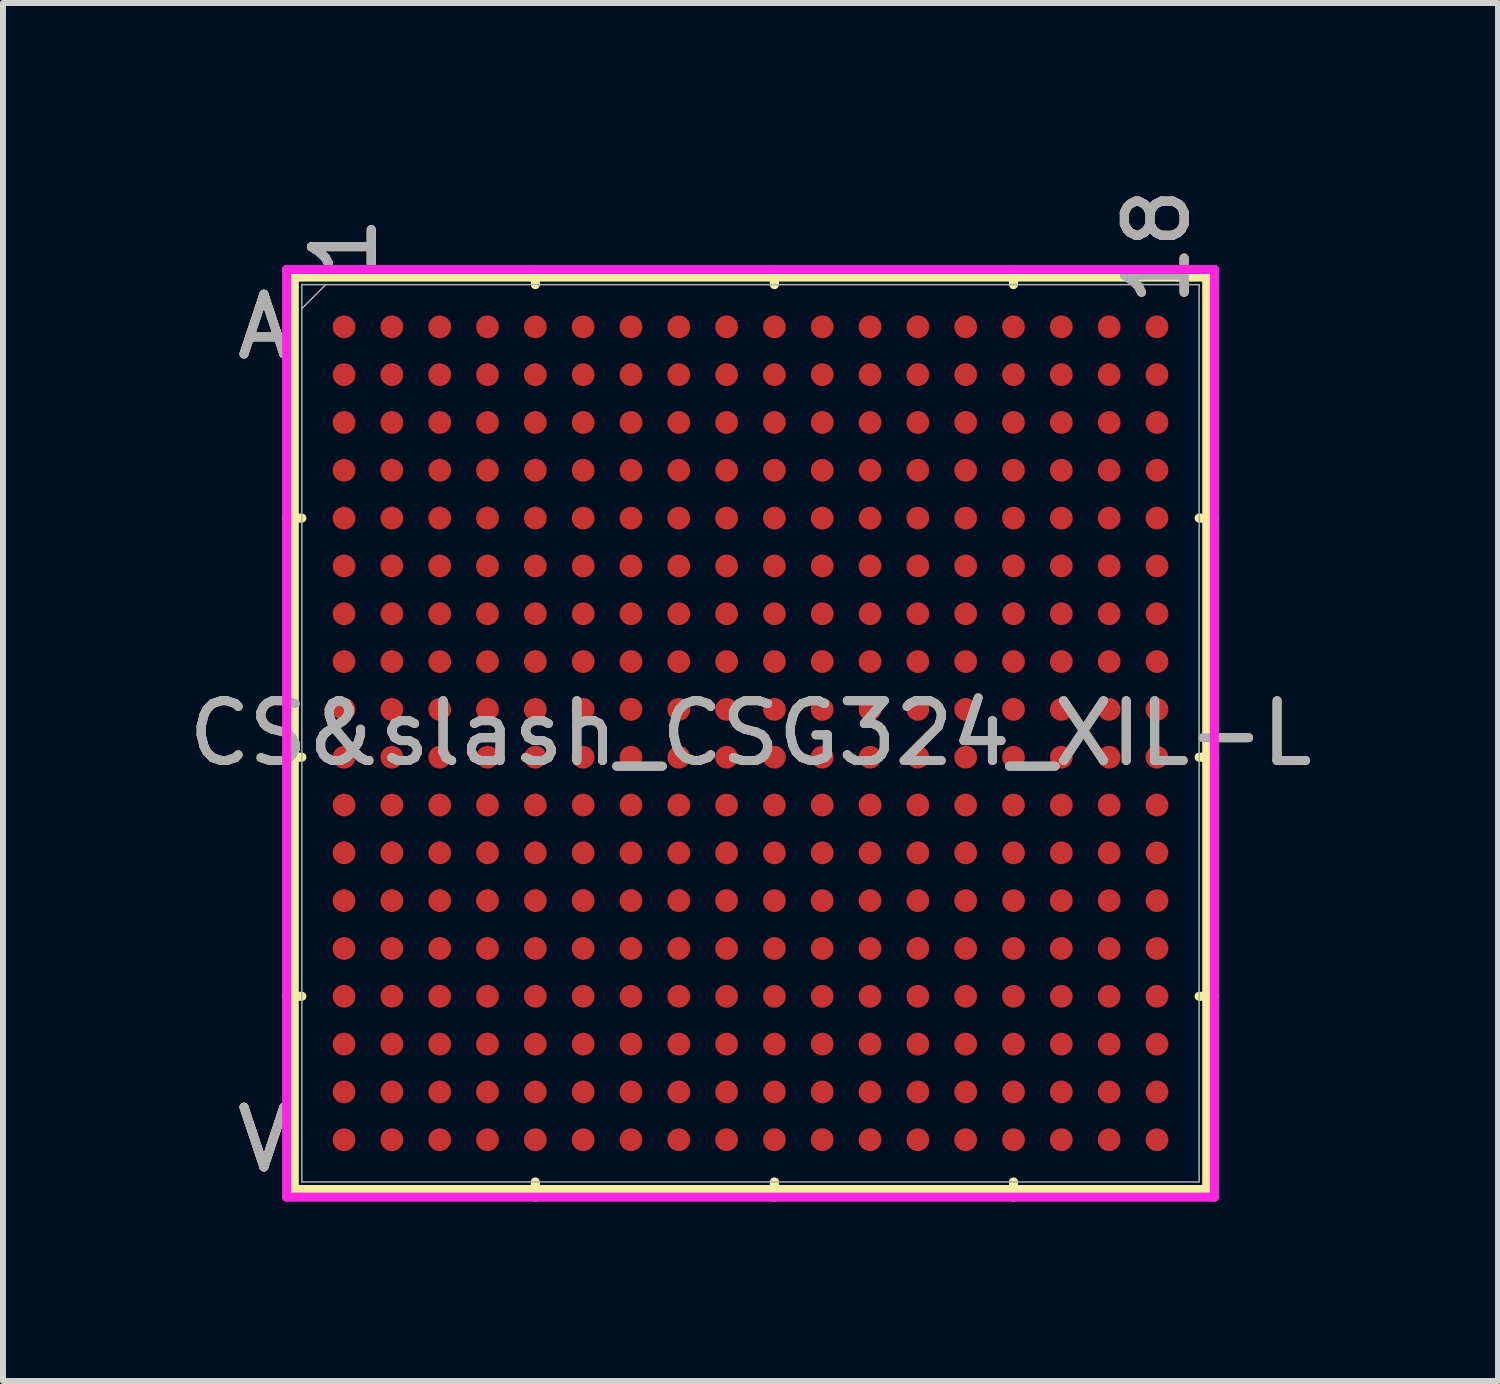
<source format=kicad_pcb>
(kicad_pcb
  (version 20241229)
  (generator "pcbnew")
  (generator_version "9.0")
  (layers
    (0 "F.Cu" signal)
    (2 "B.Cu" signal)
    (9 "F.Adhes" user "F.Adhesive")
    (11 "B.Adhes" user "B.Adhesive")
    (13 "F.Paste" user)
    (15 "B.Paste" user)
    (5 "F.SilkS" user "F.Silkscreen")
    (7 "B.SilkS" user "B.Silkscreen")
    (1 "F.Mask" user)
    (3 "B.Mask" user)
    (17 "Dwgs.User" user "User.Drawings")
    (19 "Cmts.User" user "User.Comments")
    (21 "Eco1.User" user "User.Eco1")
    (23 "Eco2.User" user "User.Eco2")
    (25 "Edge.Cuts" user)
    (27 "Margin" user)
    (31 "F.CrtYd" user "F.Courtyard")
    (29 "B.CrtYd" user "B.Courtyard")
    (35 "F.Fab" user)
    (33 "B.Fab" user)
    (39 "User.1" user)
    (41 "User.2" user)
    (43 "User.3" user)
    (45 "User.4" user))
  (footprint "CS&slash_CSG324_XIL-L"
    (layer "F.Cu")
    (at 9.506 9.218)
    (property "Reference" "CS&slash_CSG324_XIL-L" (at 0 0 0) (unlocked yes) (layer "F.SilkS") (effects (font (size 1 1) (thickness 0.15))))
    (attr smd)
    (fp_line (start -7.633 -7.633) (end -7.633 7.633) (stroke (width 0.152) (type solid)) (layer "F.SilkS"))
    (fp_line (start -7.633 7.633) (end 7.633 7.633) (stroke (width 0.152) (type solid)) (layer "F.SilkS"))
    (fp_line (start -7.506 -3.6) (end -7.76 -3.6) (stroke (width 0.152) (type solid)) (layer "F.SilkS"))
    (fp_line (start -7.506 0.4) (end -7.76 0.4) (stroke (width 0.152) (type solid)) (layer "F.SilkS"))
    (fp_line (start -7.506 4.4) (end -7.76 4.4) (stroke (width 0.152) (type solid)) (layer "F.SilkS"))
    (fp_line (start -3.6 -7.506) (end -3.6 -7.76) (stroke (width 0.152) (type solid)) (layer "F.SilkS"))
    (fp_line (start -3.6 7.506) (end -3.6 7.76) (stroke (width 0.152) (type solid)) (layer "F.SilkS"))
    (fp_line (start 0.4 -7.506) (end 0.4 -7.76) (stroke (width 0.152) (type solid)) (layer "F.SilkS"))
    (fp_line (start 0.4 7.506) (end 0.4 7.76) (stroke (width 0.152) (type solid)) (layer "F.SilkS"))
    (fp_line (start 4.4 -7.506) (end 4.4 -7.76) (stroke (width 0.152) (type solid)) (layer "F.SilkS"))
    (fp_line (start 4.4 7.506) (end 4.4 7.76) (stroke (width 0.152) (type solid)) (layer "F.SilkS"))
    (fp_line (start 7.506 -3.6) (end 7.76 -3.6) (stroke (width 0.152) (type solid)) (layer "F.SilkS"))
    (fp_line (start 7.506 0.4) (end 7.76 0.4) (stroke (width 0.152) (type solid)) (layer "F.SilkS"))
    (fp_line (start 7.506 4.4) (end 7.76 4.4) (stroke (width 0.152) (type solid)) (layer "F.SilkS"))
    (fp_line (start 7.633 -7.633) (end -7.633 -7.633) (stroke (width 0.152) (type solid)) (layer "F.SilkS"))
    (fp_line (start 7.633 7.633) (end 7.633 -7.633) (stroke (width 0.152) (type solid)) (layer "F.SilkS"))
    (fp_poly (pts (xy -7.644 -7.644) (xy 7.644 -7.644) (xy 7.644 7.644) (xy -7.644 7.644)) (stroke (width 0.1) (type solid)) (fill no) (layer "Eco2.User"))
    (fp_line (start -7.76 -7.76) (end 7.76 -7.76) (stroke (width 0.152) (type solid)) (layer "F.CrtYd"))
    (fp_line (start -7.76 7.76) (end -7.76 -7.76) (stroke (width 0.152) (type solid)) (layer "F.CrtYd"))
    (fp_line (start 7.76 -7.76) (end 7.76 7.76) (stroke (width 0.152) (type solid)) (layer "F.CrtYd"))
    (fp_line (start 7.76 7.76) (end -7.76 7.76) (stroke (width 0.152) (type solid)) (layer "F.CrtYd"))
    (fp_line (start -7.506 -7.506) (end -7.506 7.506) (stroke (width 0.025) (type solid)) (layer "F.Fab"))
    (fp_line (start -7.506 7.506) (end 7.506 7.506) (stroke (width 0.025) (type solid)) (layer "F.Fab"))
    (fp_line (start -7.106 -7.506) (end -7.506 -7.106) (stroke (width 0.025) (type solid)) (layer "F.Fab"))
    (fp_line (start 7.506 -7.506) (end -7.506 -7.506) (stroke (width 0.025) (type solid)) (layer "F.Fab"))
    (fp_line (start 7.506 7.506) (end 7.506 -7.506) (stroke (width 0.025) (type solid)) (layer "F.Fab"))
    (fp_text user "1" (at -6.8 -8.141 90) (unlocked yes) (layer "F.SilkS") (effects (font (size 1 1) (thickness 0.15))))
    (fp_text user "A" (at -8.141 -6.8 0) (unlocked yes) (layer "F.SilkS") (effects (font (size 1 1) (thickness 0.15))))
    (fp_text user "V" (at -8.141 6.8 0) (unlocked yes) (layer "F.SilkS") (effects (font (size 1 1) (thickness 0.15))))
    (fp_text user "18" (at 6.8 -8.141 90) (unlocked yes) (layer "F.SilkS") (effects (font (size 1 1) (thickness 0.15))))
    (fp_text user "18" (at 6.8 -8.141 90) (unlocked yes) (layer "B.SilkS") (effects (font (size 1 1) (thickness 0.15))))
    (fp_text user "1" (at -6.8 -8.141 90) (unlocked yes) (layer "B.SilkS") (effects (font (size 1 1) (thickness 0.15))))
    (fp_text user "A" (at -8.141 -6.8 0) (unlocked yes) (layer "B.SilkS") (effects (font (size 1 1) (thickness 0.15))))
    (fp_text user "V" (at -8.141 6.8 0) (unlocked yes) (layer "B.SilkS") (effects (font (size 1 1) (thickness 0.15))))
    (fp_text user "V" (at -8.141 6.8 0) (unlocked yes) (layer "F.Fab") (effects (font (size 1 1) (thickness 0.15))))
    (fp_text user "${REFERENCE}" (at 0 0 0) (unlocked yes) (layer "F.Fab") (effects (font (size 1 1) (thickness 0.15))))
    (fp_text user "1" (at -6.8 -8.141 90) (unlocked yes) (layer "F.Fab") (effects (font (size 1 1) (thickness 0.15))))
    (fp_text user "18" (at 6.8 -8.141 90) (unlocked yes) (layer "F.Fab") (effects (font (size 1 1) (thickness 0.15))))
    (fp_text user "A" (at -8.141 -6.8 0) (unlocked yes) (layer "F.Fab") (effects (font (size 1 1) (thickness 0.15))))
    (pad "A1" smd circle (at -6.8 -6.8) (size 0.381 0.381) (layers "F.Cu" "F.Mask" "F.Paste"))
    (pad "A2" smd circle (at -6 -6.8) (size 0.381 0.381) (layers "F.Cu" "F.Mask" "F.Paste"))
    (pad "A3" smd circle (at -5.2 -6.8) (size 0.381 0.381) (layers "F.Cu" "F.Mask" "F.Paste"))
    (pad "A4" smd circle (at -4.4 -6.8) (size 0.381 0.381) (layers "F.Cu" "F.Mask" "F.Paste"))
    (pad "A5" smd circle (at -3.6 -6.8) (size 0.381 0.381) (layers "F.Cu" "F.Mask" "F.Paste"))
    (pad "A6" smd circle (at -2.8 -6.8) (size 0.381 0.381) (layers "F.Cu" "F.Mask" "F.Paste"))
    (pad "A7" smd circle (at -2 -6.8) (size 0.381 0.381) (layers "F.Cu" "F.Mask" "F.Paste"))
    (pad "A8" smd circle (at -1.2 -6.8) (size 0.381 0.381) (layers "F.Cu" "F.Mask" "F.Paste"))
    (pad "A9" smd circle (at -0.4 -6.8) (size 0.381 0.381) (layers "F.Cu" "F.Mask" "F.Paste"))
    (pad "A10" smd circle (at 0.4 -6.8) (size 0.381 0.381) (layers "F.Cu" "F.Mask" "F.Paste"))
    (pad "A11" smd circle (at 1.2 -6.8) (size 0.381 0.381) (layers "F.Cu" "F.Mask" "F.Paste"))
    (pad "A12" smd circle (at 2 -6.8) (size 0.381 0.381) (layers "F.Cu" "F.Mask" "F.Paste"))
    (pad "A13" smd circle (at 2.8 -6.8) (size 0.381 0.381) (layers "F.Cu" "F.Mask" "F.Paste"))
    (pad "A14" smd circle (at 3.6 -6.8) (size 0.381 0.381) (layers "F.Cu" "F.Mask" "F.Paste"))
    (pad "A15" smd circle (at 4.4 -6.8) (size 0.381 0.381) (layers "F.Cu" "F.Mask" "F.Paste"))
    (pad "A16" smd circle (at 5.2 -6.8) (size 0.381 0.381) (layers "F.Cu" "F.Mask" "F.Paste"))
    (pad "A17" smd circle (at 6 -6.8) (size 0.381 0.381) (layers "F.Cu" "F.Mask" "F.Paste"))
    (pad "A18" smd circle (at 6.8 -6.8) (size 0.381 0.381) (layers "F.Cu" "F.Mask" "F.Paste"))
    (pad "B1" smd circle (at -6.8 -6) (size 0.381 0.381) (layers "F.Cu" "F.Mask" "F.Paste"))
    (pad "B2" smd circle (at -6 -6) (size 0.381 0.381) (layers "F.Cu" "F.Mask" "F.Paste"))
    (pad "B3" smd circle (at -5.2 -6) (size 0.381 0.381) (layers "F.Cu" "F.Mask" "F.Paste"))
    (pad "B4" smd circle (at -4.4 -6) (size 0.381 0.381) (layers "F.Cu" "F.Mask" "F.Paste"))
    (pad "B5" smd circle (at -3.6 -6) (size 0.381 0.381) (layers "F.Cu" "F.Mask" "F.Paste"))
    (pad "B6" smd circle (at -2.8 -6) (size 0.381 0.381) (layers "F.Cu" "F.Mask" "F.Paste"))
    (pad "B7" smd circle (at -2 -6) (size 0.381 0.381) (layers "F.Cu" "F.Mask" "F.Paste"))
    (pad "B8" smd circle (at -1.2 -6) (size 0.381 0.381) (layers "F.Cu" "F.Mask" "F.Paste"))
    (pad "B9" smd circle (at -0.4 -6) (size 0.381 0.381) (layers "F.Cu" "F.Mask" "F.Paste"))
    (pad "B10" smd circle (at 0.4 -6) (size 0.381 0.381) (layers "F.Cu" "F.Mask" "F.Paste"))
    (pad "B11" smd circle (at 1.2 -6) (size 0.381 0.381) (layers "F.Cu" "F.Mask" "F.Paste"))
    (pad "B12" smd circle (at 2 -6) (size 0.381 0.381) (layers "F.Cu" "F.Mask" "F.Paste"))
    (pad "B13" smd circle (at 2.8 -6) (size 0.381 0.381) (layers "F.Cu" "F.Mask" "F.Paste"))
    (pad "B14" smd circle (at 3.6 -6) (size 0.381 0.381) (layers "F.Cu" "F.Mask" "F.Paste"))
    (pad "B15" smd circle (at 4.4 -6) (size 0.381 0.381) (layers "F.Cu" "F.Mask" "F.Paste"))
    (pad "B16" smd circle (at 5.2 -6) (size 0.381 0.381) (layers "F.Cu" "F.Mask" "F.Paste"))
    (pad "B17" smd circle (at 6 -6) (size 0.381 0.381) (layers "F.Cu" "F.Mask" "F.Paste"))
    (pad "B18" smd circle (at 6.8 -6) (size 0.381 0.381) (layers "F.Cu" "F.Mask" "F.Paste"))
    (pad "C1" smd circle (at -6.8 -5.2) (size 0.381 0.381) (layers "F.Cu" "F.Mask" "F.Paste"))
    (pad "C2" smd circle (at -6 -5.2) (size 0.381 0.381) (layers "F.Cu" "F.Mask" "F.Paste"))
    (pad "C3" smd circle (at -5.2 -5.2) (size 0.381 0.381) (layers "F.Cu" "F.Mask" "F.Paste"))
    (pad "C4" smd circle (at -4.4 -5.2) (size 0.381 0.381) (layers "F.Cu" "F.Mask" "F.Paste"))
    (pad "C5" smd circle (at -3.6 -5.2) (size 0.381 0.381) (layers "F.Cu" "F.Mask" "F.Paste"))
    (pad "C6" smd circle (at -2.8 -5.2) (size 0.381 0.381) (layers "F.Cu" "F.Mask" "F.Paste"))
    (pad "C7" smd circle (at -2 -5.2) (size 0.381 0.381) (layers "F.Cu" "F.Mask" "F.Paste"))
    (pad "C8" smd circle (at -1.2 -5.2) (size 0.381 0.381) (layers "F.Cu" "F.Mask" "F.Paste"))
    (pad "C9" smd circle (at -0.4 -5.2) (size 0.381 0.381) (layers "F.Cu" "F.Mask" "F.Paste"))
    (pad "C10" smd circle (at 0.4 -5.2) (size 0.381 0.381) (layers "F.Cu" "F.Mask" "F.Paste"))
    (pad "C11" smd circle (at 1.2 -5.2) (size 0.381 0.381) (layers "F.Cu" "F.Mask" "F.Paste"))
    (pad "C12" smd circle (at 2 -5.2) (size 0.381 0.381) (layers "F.Cu" "F.Mask" "F.Paste"))
    (pad "C13" smd circle (at 2.8 -5.2) (size 0.381 0.381) (layers "F.Cu" "F.Mask" "F.Paste"))
    (pad "C14" smd circle (at 3.6 -5.2) (size 0.381 0.381) (layers "F.Cu" "F.Mask" "F.Paste"))
    (pad "C15" smd circle (at 4.4 -5.2) (size 0.381 0.381) (layers "F.Cu" "F.Mask" "F.Paste"))
    (pad "C16" smd circle (at 5.2 -5.2) (size 0.381 0.381) (layers "F.Cu" "F.Mask" "F.Paste"))
    (pad "C17" smd circle (at 6 -5.2) (size 0.381 0.381) (layers "F.Cu" "F.Mask" "F.Paste"))
    (pad "C18" smd circle (at 6.8 -5.2) (size 0.381 0.381) (layers "F.Cu" "F.Mask" "F.Paste"))
    (pad "D1" smd circle (at -6.8 -4.4) (size 0.381 0.381) (layers "F.Cu" "F.Mask" "F.Paste"))
    (pad "D2" smd circle (at -6 -4.4) (size 0.381 0.381) (layers "F.Cu" "F.Mask" "F.Paste"))
    (pad "D3" smd circle (at -5.2 -4.4) (size 0.381 0.381) (layers "F.Cu" "F.Mask" "F.Paste"))
    (pad "D4" smd circle (at -4.4 -4.4) (size 0.381 0.381) (layers "F.Cu" "F.Mask" "F.Paste"))
    (pad "D5" smd circle (at -3.6 -4.4) (size 0.381 0.381) (layers "F.Cu" "F.Mask" "F.Paste"))
    (pad "D6" smd circle (at -2.8 -4.4) (size 0.381 0.381) (layers "F.Cu" "F.Mask" "F.Paste"))
    (pad "D7" smd circle (at -2 -4.4) (size 0.381 0.381) (layers "F.Cu" "F.Mask" "F.Paste"))
    (pad "D8" smd circle (at -1.2 -4.4) (size 0.381 0.381) (layers "F.Cu" "F.Mask" "F.Paste"))
    (pad "D9" smd circle (at -0.4 -4.4) (size 0.381 0.381) (layers "F.Cu" "F.Mask" "F.Paste"))
    (pad "D10" smd circle (at 0.4 -4.4) (size 0.381 0.381) (layers "F.Cu" "F.Mask" "F.Paste"))
    (pad "D11" smd circle (at 1.2 -4.4) (size 0.381 0.381) (layers "F.Cu" "F.Mask" "F.Paste"))
    (pad "D12" smd circle (at 2 -4.4) (size 0.381 0.381) (layers "F.Cu" "F.Mask" "F.Paste"))
    (pad "D13" smd circle (at 2.8 -4.4) (size 0.381 0.381) (layers "F.Cu" "F.Mask" "F.Paste"))
    (pad "D14" smd circle (at 3.6 -4.4) (size 0.381 0.381) (layers "F.Cu" "F.Mask" "F.Paste"))
    (pad "D15" smd circle (at 4.4 -4.4) (size 0.381 0.381) (layers "F.Cu" "F.Mask" "F.Paste"))
    (pad "D16" smd circle (at 5.2 -4.4) (size 0.381 0.381) (layers "F.Cu" "F.Mask" "F.Paste"))
    (pad "D17" smd circle (at 6 -4.4) (size 0.381 0.381) (layers "F.Cu" "F.Mask" "F.Paste"))
    (pad "D18" smd circle (at 6.8 -4.4) (size 0.381 0.381) (layers "F.Cu" "F.Mask" "F.Paste"))
    (pad "E1" smd circle (at -6.8 -3.6) (size 0.381 0.381) (layers "F.Cu" "F.Mask" "F.Paste"))
    (pad "E2" smd circle (at -6 -3.6) (size 0.381 0.381) (layers "F.Cu" "F.Mask" "F.Paste"))
    (pad "E3" smd circle (at -5.2 -3.6) (size 0.381 0.381) (layers "F.Cu" "F.Mask" "F.Paste"))
    (pad "E4" smd circle (at -4.4 -3.6) (size 0.381 0.381) (layers "F.Cu" "F.Mask" "F.Paste"))
    (pad "E5" smd circle (at -3.6 -3.6) (size 0.381 0.381) (layers "F.Cu" "F.Mask" "F.Paste"))
    (pad "E6" smd circle (at -2.8 -3.6) (size 0.381 0.381) (layers "F.Cu" "F.Mask" "F.Paste"))
    (pad "E7" smd circle (at -2 -3.6) (size 0.381 0.381) (layers "F.Cu" "F.Mask" "F.Paste"))
    (pad "E8" smd circle (at -1.2 -3.6) (size 0.381 0.381) (layers "F.Cu" "F.Mask" "F.Paste"))
    (pad "E9" smd circle (at -0.4 -3.6) (size 0.381 0.381) (layers "F.Cu" "F.Mask" "F.Paste"))
    (pad "E10" smd circle (at 0.4 -3.6) (size 0.381 0.381) (layers "F.Cu" "F.Mask" "F.Paste"))
    (pad "E11" smd circle (at 1.2 -3.6) (size 0.381 0.381) (layers "F.Cu" "F.Mask" "F.Paste"))
    (pad "E12" smd circle (at 2 -3.6) (size 0.381 0.381) (layers "F.Cu" "F.Mask" "F.Paste"))
    (pad "E13" smd circle (at 2.8 -3.6) (size 0.381 0.381) (layers "F.Cu" "F.Mask" "F.Paste"))
    (pad "E14" smd circle (at 3.6 -3.6) (size 0.381 0.381) (layers "F.Cu" "F.Mask" "F.Paste"))
    (pad "E15" smd circle (at 4.4 -3.6) (size 0.381 0.381) (layers "F.Cu" "F.Mask" "F.Paste"))
    (pad "E16" smd circle (at 5.2 -3.6) (size 0.381 0.381) (layers "F.Cu" "F.Mask" "F.Paste"))
    (pad "E17" smd circle (at 6 -3.6) (size 0.381 0.381) (layers "F.Cu" "F.Mask" "F.Paste"))
    (pad "E18" smd circle (at 6.8 -3.6) (size 0.381 0.381) (layers "F.Cu" "F.Mask" "F.Paste"))
    (pad "F1" smd circle (at -6.8 -2.8) (size 0.381 0.381) (layers "F.Cu" "F.Mask" "F.Paste"))
    (pad "F2" smd circle (at -6 -2.8) (size 0.381 0.381) (layers "F.Cu" "F.Mask" "F.Paste"))
    (pad "F3" smd circle (at -5.2 -2.8) (size 0.381 0.381) (layers "F.Cu" "F.Mask" "F.Paste"))
    (pad "F4" smd circle (at -4.4 -2.8) (size 0.381 0.381) (layers "F.Cu" "F.Mask" "F.Paste"))
    (pad "F5" smd circle (at -3.6 -2.8) (size 0.381 0.381) (layers "F.Cu" "F.Mask" "F.Paste"))
    (pad "F6" smd circle (at -2.8 -2.8) (size 0.381 0.381) (layers "F.Cu" "F.Mask" "F.Paste"))
    (pad "F7" smd circle (at -2 -2.8) (size 0.381 0.381) (layers "F.Cu" "F.Mask" "F.Paste"))
    (pad "F8" smd circle (at -1.2 -2.8) (size 0.381 0.381) (layers "F.Cu" "F.Mask" "F.Paste"))
    (pad "F9" smd circle (at -0.4 -2.8) (size 0.381 0.381) (layers "F.Cu" "F.Mask" "F.Paste"))
    (pad "F10" smd circle (at 0.4 -2.8) (size 0.381 0.381) (layers "F.Cu" "F.Mask" "F.Paste"))
    (pad "F11" smd circle (at 1.2 -2.8) (size 0.381 0.381) (layers "F.Cu" "F.Mask" "F.Paste"))
    (pad "F12" smd circle (at 2 -2.8) (size 0.381 0.381) (layers "F.Cu" "F.Mask" "F.Paste"))
    (pad "F13" smd circle (at 2.8 -2.8) (size 0.381 0.381) (layers "F.Cu" "F.Mask" "F.Paste"))
    (pad "F14" smd circle (at 3.6 -2.8) (size 0.381 0.381) (layers "F.Cu" "F.Mask" "F.Paste"))
    (pad "F15" smd circle (at 4.4 -2.8) (size 0.381 0.381) (layers "F.Cu" "F.Mask" "F.Paste"))
    (pad "F16" smd circle (at 5.2 -2.8) (size 0.381 0.381) (layers "F.Cu" "F.Mask" "F.Paste"))
    (pad "F17" smd circle (at 6 -2.8) (size 0.381 0.381) (layers "F.Cu" "F.Mask" "F.Paste"))
    (pad "F18" smd circle (at 6.8 -2.8) (size 0.381 0.381) (layers "F.Cu" "F.Mask" "F.Paste"))
    (pad "G1" smd circle (at -6.8 -2) (size 0.381 0.381) (layers "F.Cu" "F.Mask" "F.Paste"))
    (pad "G2" smd circle (at -6 -2) (size 0.381 0.381) (layers "F.Cu" "F.Mask" "F.Paste"))
    (pad "G3" smd circle (at -5.2 -2) (size 0.381 0.381) (layers "F.Cu" "F.Mask" "F.Paste"))
    (pad "G4" smd circle (at -4.4 -2) (size 0.381 0.381) (layers "F.Cu" "F.Mask" "F.Paste"))
    (pad "G5" smd circle (at -3.6 -2) (size 0.381 0.381) (layers "F.Cu" "F.Mask" "F.Paste"))
    (pad "G6" smd circle (at -2.8 -2) (size 0.381 0.381) (layers "F.Cu" "F.Mask" "F.Paste"))
    (pad "G7" smd circle (at -2 -2) (size 0.381 0.381) (layers "F.Cu" "F.Mask" "F.Paste"))
    (pad "G8" smd circle (at -1.2 -2) (size 0.381 0.381) (layers "F.Cu" "F.Mask" "F.Paste"))
    (pad "G9" smd circle (at -0.4 -2) (size 0.381 0.381) (layers "F.Cu" "F.Mask" "F.Paste"))
    (pad "G10" smd circle (at 0.4 -2) (size 0.381 0.381) (layers "F.Cu" "F.Mask" "F.Paste"))
    (pad "G11" smd circle (at 1.2 -2) (size 0.381 0.381) (layers "F.Cu" "F.Mask" "F.Paste"))
    (pad "G12" smd circle (at 2 -2) (size 0.381 0.381) (layers "F.Cu" "F.Mask" "F.Paste"))
    (pad "G13" smd circle (at 2.8 -2) (size 0.381 0.381) (layers "F.Cu" "F.Mask" "F.Paste"))
    (pad "G14" smd circle (at 3.6 -2) (size 0.381 0.381) (layers "F.Cu" "F.Mask" "F.Paste"))
    (pad "G15" smd circle (at 4.4 -2) (size 0.381 0.381) (layers "F.Cu" "F.Mask" "F.Paste"))
    (pad "G16" smd circle (at 5.2 -2) (size 0.381 0.381) (layers "F.Cu" "F.Mask" "F.Paste"))
    (pad "G17" smd circle (at 6 -2) (size 0.381 0.381) (layers "F.Cu" "F.Mask" "F.Paste"))
    (pad "G18" smd circle (at 6.8 -2) (size 0.381 0.381) (layers "F.Cu" "F.Mask" "F.Paste"))
    (pad "H1" smd circle (at -6.8 -1.2) (size 0.381 0.381) (layers "F.Cu" "F.Mask" "F.Paste"))
    (pad "H2" smd circle (at -6 -1.2) (size 0.381 0.381) (layers "F.Cu" "F.Mask" "F.Paste"))
    (pad "H3" smd circle (at -5.2 -1.2) (size 0.381 0.381) (layers "F.Cu" "F.Mask" "F.Paste"))
    (pad "H4" smd circle (at -4.4 -1.2) (size 0.381 0.381) (layers "F.Cu" "F.Mask" "F.Paste"))
    (pad "H5" smd circle (at -3.6 -1.2) (size 0.381 0.381) (layers "F.Cu" "F.Mask" "F.Paste"))
    (pad "H6" smd circle (at -2.8 -1.2) (size 0.381 0.381) (layers "F.Cu" "F.Mask" "F.Paste"))
    (pad "H7" smd circle (at -2 -1.2) (size 0.381 0.381) (layers "F.Cu" "F.Mask" "F.Paste"))
    (pad "H8" smd circle (at -1.2 -1.2) (size 0.381 0.381) (layers "F.Cu" "F.Mask" "F.Paste"))
    (pad "H9" smd circle (at -0.4 -1.2) (size 0.381 0.381) (layers "F.Cu" "F.Mask" "F.Paste"))
    (pad "H10" smd circle (at 0.4 -1.2) (size 0.381 0.381) (layers "F.Cu" "F.Mask" "F.Paste"))
    (pad "H11" smd circle (at 1.2 -1.2) (size 0.381 0.381) (layers "F.Cu" "F.Mask" "F.Paste"))
    (pad "H12" smd circle (at 2 -1.2) (size 0.381 0.381) (layers "F.Cu" "F.Mask" "F.Paste"))
    (pad "H13" smd circle (at 2.8 -1.2) (size 0.381 0.381) (layers "F.Cu" "F.Mask" "F.Paste"))
    (pad "H14" smd circle (at 3.6 -1.2) (size 0.381 0.381) (layers "F.Cu" "F.Mask" "F.Paste"))
    (pad "H15" smd circle (at 4.4 -1.2) (size 0.381 0.381) (layers "F.Cu" "F.Mask" "F.Paste"))
    (pad "H16" smd circle (at 5.2 -1.2) (size 0.381 0.381) (layers "F.Cu" "F.Mask" "F.Paste"))
    (pad "H17" smd circle (at 6 -1.2) (size 0.381 0.381) (layers "F.Cu" "F.Mask" "F.Paste"))
    (pad "H18" smd circle (at 6.8 -1.2) (size 0.381 0.381) (layers "F.Cu" "F.Mask" "F.Paste"))
    (pad "J1" smd circle (at -6.8 -0.4) (size 0.381 0.381) (layers "F.Cu" "F.Mask" "F.Paste"))
    (pad "J2" smd circle (at -6 -0.4) (size 0.381 0.381) (layers "F.Cu" "F.Mask" "F.Paste"))
    (pad "J3" smd circle (at -5.2 -0.4) (size 0.381 0.381) (layers "F.Cu" "F.Mask" "F.Paste"))
    (pad "J4" smd circle (at -4.4 -0.4) (size 0.381 0.381) (layers "F.Cu" "F.Mask" "F.Paste"))
    (pad "J5" smd circle (at -3.6 -0.4) (size 0.381 0.381) (layers "F.Cu" "F.Mask" "F.Paste"))
    (pad "J6" smd circle (at -2.8 -0.4) (size 0.381 0.381) (layers "F.Cu" "F.Mask" "F.Paste"))
    (pad "J7" smd circle (at -2 -0.4) (size 0.381 0.381) (layers "F.Cu" "F.Mask" "F.Paste"))
    (pad "J8" smd circle (at -1.2 -0.4) (size 0.381 0.381) (layers "F.Cu" "F.Mask" "F.Paste"))
    (pad "J9" smd circle (at -0.4 -0.4) (size 0.381 0.381) (layers "F.Cu" "F.Mask" "F.Paste"))
    (pad "J10" smd circle (at 0.4 -0.4) (size 0.381 0.381) (layers "F.Cu" "F.Mask" "F.Paste"))
    (pad "J11" smd circle (at 1.2 -0.4) (size 0.381 0.381) (layers "F.Cu" "F.Mask" "F.Paste"))
    (pad "J12" smd circle (at 2 -0.4) (size 0.381 0.381) (layers "F.Cu" "F.Mask" "F.Paste"))
    (pad "J13" smd circle (at 2.8 -0.4) (size 0.381 0.381) (layers "F.Cu" "F.Mask" "F.Paste"))
    (pad "J14" smd circle (at 3.6 -0.4) (size 0.381 0.381) (layers "F.Cu" "F.Mask" "F.Paste"))
    (pad "J15" smd circle (at 4.4 -0.4) (size 0.381 0.381) (layers "F.Cu" "F.Mask" "F.Paste"))
    (pad "J16" smd circle (at 5.2 -0.4) (size 0.381 0.381) (layers "F.Cu" "F.Mask" "F.Paste"))
    (pad "J17" smd circle (at 6 -0.4) (size 0.381 0.381) (layers "F.Cu" "F.Mask" "F.Paste"))
    (pad "J18" smd circle (at 6.8 -0.4) (size 0.381 0.381) (layers "F.Cu" "F.Mask" "F.Paste"))
    (pad "K1" smd circle (at -6.8 0.4) (size 0.381 0.381) (layers "F.Cu" "F.Mask" "F.Paste"))
    (pad "K2" smd circle (at -6 0.4) (size 0.381 0.381) (layers "F.Cu" "F.Mask" "F.Paste"))
    (pad "K3" smd circle (at -5.2 0.4) (size 0.381 0.381) (layers "F.Cu" "F.Mask" "F.Paste"))
    (pad "K4" smd circle (at -4.4 0.4) (size 0.381 0.381) (layers "F.Cu" "F.Mask" "F.Paste"))
    (pad "K5" smd circle (at -3.6 0.4) (size 0.381 0.381) (layers "F.Cu" "F.Mask" "F.Paste"))
    (pad "K6" smd circle (at -2.8 0.4) (size 0.381 0.381) (layers "F.Cu" "F.Mask" "F.Paste"))
    (pad "K7" smd circle (at -2 0.4) (size 0.381 0.381) (layers "F.Cu" "F.Mask" "F.Paste"))
    (pad "K8" smd circle (at -1.2 0.4) (size 0.381 0.381) (layers "F.Cu" "F.Mask" "F.Paste"))
    (pad "K9" smd circle (at -0.4 0.4) (size 0.381 0.381) (layers "F.Cu" "F.Mask" "F.Paste"))
    (pad "K10" smd circle (at 0.4 0.4) (size 0.381 0.381) (layers "F.Cu" "F.Mask" "F.Paste"))
    (pad "K11" smd circle (at 1.2 0.4) (size 0.381 0.381) (layers "F.Cu" "F.Mask" "F.Paste"))
    (pad "K12" smd circle (at 2 0.4) (size 0.381 0.381) (layers "F.Cu" "F.Mask" "F.Paste"))
    (pad "K13" smd circle (at 2.8 0.4) (size 0.381 0.381) (layers "F.Cu" "F.Mask" "F.Paste"))
    (pad "K14" smd circle (at 3.6 0.4) (size 0.381 0.381) (layers "F.Cu" "F.Mask" "F.Paste"))
    (pad "K15" smd circle (at 4.4 0.4) (size 0.381 0.381) (layers "F.Cu" "F.Mask" "F.Paste"))
    (pad "K16" smd circle (at 5.2 0.4) (size 0.381 0.381) (layers "F.Cu" "F.Mask" "F.Paste"))
    (pad "K17" smd circle (at 6 0.4) (size 0.381 0.381) (layers "F.Cu" "F.Mask" "F.Paste"))
    (pad "K18" smd circle (at 6.8 0.4) (size 0.381 0.381) (layers "F.Cu" "F.Mask" "F.Paste"))
    (pad "L1" smd circle (at -6.8 1.2) (size 0.381 0.381) (layers "F.Cu" "F.Mask" "F.Paste"))
    (pad "L2" smd circle (at -6 1.2) (size 0.381 0.381) (layers "F.Cu" "F.Mask" "F.Paste"))
    (pad "L3" smd circle (at -5.2 1.2) (size 0.381 0.381) (layers "F.Cu" "F.Mask" "F.Paste"))
    (pad "L4" smd circle (at -4.4 1.2) (size 0.381 0.381) (layers "F.Cu" "F.Mask" "F.Paste"))
    (pad "L5" smd circle (at -3.6 1.2) (size 0.381 0.381) (layers "F.Cu" "F.Mask" "F.Paste"))
    (pad "L6" smd circle (at -2.8 1.2) (size 0.381 0.381) (layers "F.Cu" "F.Mask" "F.Paste"))
    (pad "L7" smd circle (at -2 1.2) (size 0.381 0.381) (layers "F.Cu" "F.Mask" "F.Paste"))
    (pad "L8" smd circle (at -1.2 1.2) (size 0.381 0.381) (layers "F.Cu" "F.Mask" "F.Paste"))
    (pad "L9" smd circle (at -0.4 1.2) (size 0.381 0.381) (layers "F.Cu" "F.Mask" "F.Paste"))
    (pad "L10" smd circle (at 0.4 1.2) (size 0.381 0.381) (layers "F.Cu" "F.Mask" "F.Paste"))
    (pad "L11" smd circle (at 1.2 1.2) (size 0.381 0.381) (layers "F.Cu" "F.Mask" "F.Paste"))
    (pad "L12" smd circle (at 2 1.2) (size 0.381 0.381) (layers "F.Cu" "F.Mask" "F.Paste"))
    (pad "L13" smd circle (at 2.8 1.2) (size 0.381 0.381) (layers "F.Cu" "F.Mask" "F.Paste"))
    (pad "L14" smd circle (at 3.6 1.2) (size 0.381 0.381) (layers "F.Cu" "F.Mask" "F.Paste"))
    (pad "L15" smd circle (at 4.4 1.2) (size 0.381 0.381) (layers "F.Cu" "F.Mask" "F.Paste"))
    (pad "L16" smd circle (at 5.2 1.2) (size 0.381 0.381) (layers "F.Cu" "F.Mask" "F.Paste"))
    (pad "L17" smd circle (at 6 1.2) (size 0.381 0.381) (layers "F.Cu" "F.Mask" "F.Paste"))
    (pad "L18" smd circle (at 6.8 1.2) (size 0.381 0.381) (layers "F.Cu" "F.Mask" "F.Paste"))
    (pad "M1" smd circle (at -6.8 2) (size 0.381 0.381) (layers "F.Cu" "F.Mask" "F.Paste"))
    (pad "M2" smd circle (at -6 2) (size 0.381 0.381) (layers "F.Cu" "F.Mask" "F.Paste"))
    (pad "M3" smd circle (at -5.2 2) (size 0.381 0.381) (layers "F.Cu" "F.Mask" "F.Paste"))
    (pad "M4" smd circle (at -4.4 2) (size 0.381 0.381) (layers "F.Cu" "F.Mask" "F.Paste"))
    (pad "M5" smd circle (at -3.6 2) (size 0.381 0.381) (layers "F.Cu" "F.Mask" "F.Paste"))
    (pad "M6" smd circle (at -2.8 2) (size 0.381 0.381) (layers "F.Cu" "F.Mask" "F.Paste"))
    (pad "M7" smd circle (at -2 2) (size 0.381 0.381) (layers "F.Cu" "F.Mask" "F.Paste"))
    (pad "M8" smd circle (at -1.2 2) (size 0.381 0.381) (layers "F.Cu" "F.Mask" "F.Paste"))
    (pad "M9" smd circle (at -0.4 2) (size 0.381 0.381) (layers "F.Cu" "F.Mask" "F.Paste"))
    (pad "M10" smd circle (at 0.4 2) (size 0.381 0.381) (layers "F.Cu" "F.Mask" "F.Paste"))
    (pad "M11" smd circle (at 1.2 2) (size 0.381 0.381) (layers "F.Cu" "F.Mask" "F.Paste"))
    (pad "M12" smd circle (at 2 2) (size 0.381 0.381) (layers "F.Cu" "F.Mask" "F.Paste"))
    (pad "M13" smd circle (at 2.8 2) (size 0.381 0.381) (layers "F.Cu" "F.Mask" "F.Paste"))
    (pad "M14" smd circle (at 3.6 2) (size 0.381 0.381) (layers "F.Cu" "F.Mask" "F.Paste"))
    (pad "M15" smd circle (at 4.4 2) (size 0.381 0.381) (layers "F.Cu" "F.Mask" "F.Paste"))
    (pad "M16" smd circle (at 5.2 2) (size 0.381 0.381) (layers "F.Cu" "F.Mask" "F.Paste"))
    (pad "M17" smd circle (at 6 2) (size 0.381 0.381) (layers "F.Cu" "F.Mask" "F.Paste"))
    (pad "M18" smd circle (at 6.8 2) (size 0.381 0.381) (layers "F.Cu" "F.Mask" "F.Paste"))
    (pad "N1" smd circle (at -6.8 2.8) (size 0.381 0.381) (layers "F.Cu" "F.Mask" "F.Paste"))
    (pad "N2" smd circle (at -6 2.8) (size 0.381 0.381) (layers "F.Cu" "F.Mask" "F.Paste"))
    (pad "N3" smd circle (at -5.2 2.8) (size 0.381 0.381) (layers "F.Cu" "F.Mask" "F.Paste"))
    (pad "N4" smd circle (at -4.4 2.8) (size 0.381 0.381) (layers "F.Cu" "F.Mask" "F.Paste"))
    (pad "N5" smd circle (at -3.6 2.8) (size 0.381 0.381) (layers "F.Cu" "F.Mask" "F.Paste"))
    (pad "N6" smd circle (at -2.8 2.8) (size 0.381 0.381) (layers "F.Cu" "F.Mask" "F.Paste"))
    (pad "N7" smd circle (at -2 2.8) (size 0.381 0.381) (layers "F.Cu" "F.Mask" "F.Paste"))
    (pad "N8" smd circle (at -1.2 2.8) (size 0.381 0.381) (layers "F.Cu" "F.Mask" "F.Paste"))
    (pad "N9" smd circle (at -0.4 2.8) (size 0.381 0.381) (layers "F.Cu" "F.Mask" "F.Paste"))
    (pad "N10" smd circle (at 0.4 2.8) (size 0.381 0.381) (layers "F.Cu" "F.Mask" "F.Paste"))
    (pad "N11" smd circle (at 1.2 2.8) (size 0.381 0.381) (layers "F.Cu" "F.Mask" "F.Paste"))
    (pad "N12" smd circle (at 2 2.8) (size 0.381 0.381) (layers "F.Cu" "F.Mask" "F.Paste"))
    (pad "N13" smd circle (at 2.8 2.8) (size 0.381 0.381) (layers "F.Cu" "F.Mask" "F.Paste"))
    (pad "N14" smd circle (at 3.6 2.8) (size 0.381 0.381) (layers "F.Cu" "F.Mask" "F.Paste"))
    (pad "N15" smd circle (at 4.4 2.8) (size 0.381 0.381) (layers "F.Cu" "F.Mask" "F.Paste"))
    (pad "N16" smd circle (at 5.2 2.8) (size 0.381 0.381) (layers "F.Cu" "F.Mask" "F.Paste"))
    (pad "N17" smd circle (at 6 2.8) (size 0.381 0.381) (layers "F.Cu" "F.Mask" "F.Paste"))
    (pad "N18" smd circle (at 6.8 2.8) (size 0.381 0.381) (layers "F.Cu" "F.Mask" "F.Paste"))
    (pad "P1" smd circle (at -6.8 3.6) (size 0.381 0.381) (layers "F.Cu" "F.Mask" "F.Paste"))
    (pad "P2" smd circle (at -6 3.6) (size 0.381 0.381) (layers "F.Cu" "F.Mask" "F.Paste"))
    (pad "P3" smd circle (at -5.2 3.6) (size 0.381 0.381) (layers "F.Cu" "F.Mask" "F.Paste"))
    (pad "P4" smd circle (at -4.4 3.6) (size 0.381 0.381) (layers "F.Cu" "F.Mask" "F.Paste"))
    (pad "P5" smd circle (at -3.6 3.6) (size 0.381 0.381) (layers "F.Cu" "F.Mask" "F.Paste"))
    (pad "P6" smd circle (at -2.8 3.6) (size 0.381 0.381) (layers "F.Cu" "F.Mask" "F.Paste"))
    (pad "P7" smd circle (at -2 3.6) (size 0.381 0.381) (layers "F.Cu" "F.Mask" "F.Paste"))
    (pad "P8" smd circle (at -1.2 3.6) (size 0.381 0.381) (layers "F.Cu" "F.Mask" "F.Paste"))
    (pad "P9" smd circle (at -0.4 3.6) (size 0.381 0.381) (layers "F.Cu" "F.Mask" "F.Paste"))
    (pad "P10" smd circle (at 0.4 3.6) (size 0.381 0.381) (layers "F.Cu" "F.Mask" "F.Paste"))
    (pad "P11" smd circle (at 1.2 3.6) (size 0.381 0.381) (layers "F.Cu" "F.Mask" "F.Paste"))
    (pad "P12" smd circle (at 2 3.6) (size 0.381 0.381) (layers "F.Cu" "F.Mask" "F.Paste"))
    (pad "P13" smd circle (at 2.8 3.6) (size 0.381 0.381) (layers "F.Cu" "F.Mask" "F.Paste"))
    (pad "P14" smd circle (at 3.6 3.6) (size 0.381 0.381) (layers "F.Cu" "F.Mask" "F.Paste"))
    (pad "P15" smd circle (at 4.4 3.6) (size 0.381 0.381) (layers "F.Cu" "F.Mask" "F.Paste"))
    (pad "P16" smd circle (at 5.2 3.6) (size 0.381 0.381) (layers "F.Cu" "F.Mask" "F.Paste"))
    (pad "P17" smd circle (at 6 3.6) (size 0.381 0.381) (layers "F.Cu" "F.Mask" "F.Paste"))
    (pad "P18" smd circle (at 6.8 3.6) (size 0.381 0.381) (layers "F.Cu" "F.Mask" "F.Paste"))
    (pad "R1" smd circle (at -6.8 4.4) (size 0.381 0.381) (layers "F.Cu" "F.Mask" "F.Paste"))
    (pad "R2" smd circle (at -6 4.4) (size 0.381 0.381) (layers "F.Cu" "F.Mask" "F.Paste"))
    (pad "R3" smd circle (at -5.2 4.4) (size 0.381 0.381) (layers "F.Cu" "F.Mask" "F.Paste"))
    (pad "R4" smd circle (at -4.4 4.4) (size 0.381 0.381) (layers "F.Cu" "F.Mask" "F.Paste"))
    (pad "R5" smd circle (at -3.6 4.4) (size 0.381 0.381) (layers "F.Cu" "F.Mask" "F.Paste"))
    (pad "R6" smd circle (at -2.8 4.4) (size 0.381 0.381) (layers "F.Cu" "F.Mask" "F.Paste"))
    (pad "R7" smd circle (at -2 4.4) (size 0.381 0.381) (layers "F.Cu" "F.Mask" "F.Paste"))
    (pad "R8" smd circle (at -1.2 4.4) (size 0.381 0.381) (layers "F.Cu" "F.Mask" "F.Paste"))
    (pad "R9" smd circle (at -0.4 4.4) (size 0.381 0.381) (layers "F.Cu" "F.Mask" "F.Paste"))
    (pad "R10" smd circle (at 0.4 4.4) (size 0.381 0.381) (layers "F.Cu" "F.Mask" "F.Paste"))
    (pad "R11" smd circle (at 1.2 4.4) (size 0.381 0.381) (layers "F.Cu" "F.Mask" "F.Paste"))
    (pad "R12" smd circle (at 2 4.4) (size 0.381 0.381) (layers "F.Cu" "F.Mask" "F.Paste"))
    (pad "R13" smd circle (at 2.8 4.4) (size 0.381 0.381) (layers "F.Cu" "F.Mask" "F.Paste"))
    (pad "R14" smd circle (at 3.6 4.4) (size 0.381 0.381) (layers "F.Cu" "F.Mask" "F.Paste"))
    (pad "R15" smd circle (at 4.4 4.4) (size 0.381 0.381) (layers "F.Cu" "F.Mask" "F.Paste"))
    (pad "R16" smd circle (at 5.2 4.4) (size 0.381 0.381) (layers "F.Cu" "F.Mask" "F.Paste"))
    (pad "R17" smd circle (at 6 4.4) (size 0.381 0.381) (layers "F.Cu" "F.Mask" "F.Paste"))
    (pad "R18" smd circle (at 6.8 4.4) (size 0.381 0.381) (layers "F.Cu" "F.Mask" "F.Paste"))
    (pad "T1" smd circle (at -6.8 5.2) (size 0.381 0.381) (layers "F.Cu" "F.Mask" "F.Paste"))
    (pad "T2" smd circle (at -6 5.2) (size 0.381 0.381) (layers "F.Cu" "F.Mask" "F.Paste"))
    (pad "T3" smd circle (at -5.2 5.2) (size 0.381 0.381) (layers "F.Cu" "F.Mask" "F.Paste"))
    (pad "T4" smd circle (at -4.4 5.2) (size 0.381 0.381) (layers "F.Cu" "F.Mask" "F.Paste"))
    (pad "T5" smd circle (at -3.6 5.2) (size 0.381 0.381) (layers "F.Cu" "F.Mask" "F.Paste"))
    (pad "T6" smd circle (at -2.8 5.2) (size 0.381 0.381) (layers "F.Cu" "F.Mask" "F.Paste"))
    (pad "T7" smd circle (at -2 5.2) (size 0.381 0.381) (layers "F.Cu" "F.Mask" "F.Paste"))
    (pad "T8" smd circle (at -1.2 5.2) (size 0.381 0.381) (layers "F.Cu" "F.Mask" "F.Paste"))
    (pad "T9" smd circle (at -0.4 5.2) (size 0.381 0.381) (layers "F.Cu" "F.Mask" "F.Paste"))
    (pad "T10" smd circle (at 0.4 5.2) (size 0.381 0.381) (layers "F.Cu" "F.Mask" "F.Paste"))
    (pad "T11" smd circle (at 1.2 5.2) (size 0.381 0.381) (layers "F.Cu" "F.Mask" "F.Paste"))
    (pad "T12" smd circle (at 2 5.2) (size 0.381 0.381) (layers "F.Cu" "F.Mask" "F.Paste"))
    (pad "T13" smd circle (at 2.8 5.2) (size 0.381 0.381) (layers "F.Cu" "F.Mask" "F.Paste"))
    (pad "T14" smd circle (at 3.6 5.2) (size 0.381 0.381) (layers "F.Cu" "F.Mask" "F.Paste"))
    (pad "T15" smd circle (at 4.4 5.2) (size 0.381 0.381) (layers "F.Cu" "F.Mask" "F.Paste"))
    (pad "T16" smd circle (at 5.2 5.2) (size 0.381 0.381) (layers "F.Cu" "F.Mask" "F.Paste"))
    (pad "T17" smd circle (at 6 5.2) (size 0.381 0.381) (layers "F.Cu" "F.Mask" "F.Paste"))
    (pad "T18" smd circle (at 6.8 5.2) (size 0.381 0.381) (layers "F.Cu" "F.Mask" "F.Paste"))
    (pad "U1" smd circle (at -6.8 6) (size 0.381 0.381) (layers "F.Cu" "F.Mask" "F.Paste"))
    (pad "U2" smd circle (at -6 6) (size 0.381 0.381) (layers "F.Cu" "F.Mask" "F.Paste"))
    (pad "U3" smd circle (at -5.2 6) (size 0.381 0.381) (layers "F.Cu" "F.Mask" "F.Paste"))
    (pad "U4" smd circle (at -4.4 6) (size 0.381 0.381) (layers "F.Cu" "F.Mask" "F.Paste"))
    (pad "U5" smd circle (at -3.6 6) (size 0.381 0.381) (layers "F.Cu" "F.Mask" "F.Paste"))
    (pad "U6" smd circle (at -2.8 6) (size 0.381 0.381) (layers "F.Cu" "F.Mask" "F.Paste"))
    (pad "U7" smd circle (at -2 6) (size 0.381 0.381) (layers "F.Cu" "F.Mask" "F.Paste"))
    (pad "U8" smd circle (at -1.2 6) (size 0.381 0.381) (layers "F.Cu" "F.Mask" "F.Paste"))
    (pad "U9" smd circle (at -0.4 6) (size 0.381 0.381) (layers "F.Cu" "F.Mask" "F.Paste"))
    (pad "U10" smd circle (at 0.4 6) (size 0.381 0.381) (layers "F.Cu" "F.Mask" "F.Paste"))
    (pad "U11" smd circle (at 1.2 6) (size 0.381 0.381) (layers "F.Cu" "F.Mask" "F.Paste"))
    (pad "U12" smd circle (at 2 6) (size 0.381 0.381) (layers "F.Cu" "F.Mask" "F.Paste"))
    (pad "U13" smd circle (at 2.8 6) (size 0.381 0.381) (layers "F.Cu" "F.Mask" "F.Paste"))
    (pad "U14" smd circle (at 3.6 6) (size 0.381 0.381) (layers "F.Cu" "F.Mask" "F.Paste"))
    (pad "U15" smd circle (at 4.4 6) (size 0.381 0.381) (layers "F.Cu" "F.Mask" "F.Paste"))
    (pad "U16" smd circle (at 5.2 6) (size 0.381 0.381) (layers "F.Cu" "F.Mask" "F.Paste"))
    (pad "U17" smd circle (at 6 6) (size 0.381 0.381) (layers "F.Cu" "F.Mask" "F.Paste"))
    (pad "U18" smd circle (at 6.8 6) (size 0.381 0.381) (layers "F.Cu" "F.Mask" "F.Paste"))
    (pad "V1" smd circle (at -6.8 6.8) (size 0.381 0.381) (layers "F.Cu" "F.Mask" "F.Paste"))
    (pad "V2" smd circle (at -6 6.8) (size 0.381 0.381) (layers "F.Cu" "F.Mask" "F.Paste"))
    (pad "V3" smd circle (at -5.2 6.8) (size 0.381 0.381) (layers "F.Cu" "F.Mask" "F.Paste"))
    (pad "V4" smd circle (at -4.4 6.8) (size 0.381 0.381) (layers "F.Cu" "F.Mask" "F.Paste"))
    (pad "V5" smd circle (at -3.6 6.8) (size 0.381 0.381) (layers "F.Cu" "F.Mask" "F.Paste"))
    (pad "V6" smd circle (at -2.8 6.8) (size 0.381 0.381) (layers "F.Cu" "F.Mask" "F.Paste"))
    (pad "V7" smd circle (at -2 6.8) (size 0.381 0.381) (layers "F.Cu" "F.Mask" "F.Paste"))
    (pad "V8" smd circle (at -1.2 6.8) (size 0.381 0.381) (layers "F.Cu" "F.Mask" "F.Paste"))
    (pad "V9" smd circle (at -0.4 6.8) (size 0.381 0.381) (layers "F.Cu" "F.Mask" "F.Paste"))
    (pad "V10" smd circle (at 0.4 6.8) (size 0.381 0.381) (layers "F.Cu" "F.Mask" "F.Paste"))
    (pad "V11" smd circle (at 1.2 6.8) (size 0.381 0.381) (layers "F.Cu" "F.Mask" "F.Paste"))
    (pad "V12" smd circle (at 2 6.8) (size 0.381 0.381) (layers "F.Cu" "F.Mask" "F.Paste"))
    (pad "V13" smd circle (at 2.8 6.8) (size 0.381 0.381) (layers "F.Cu" "F.Mask" "F.Paste"))
    (pad "V14" smd circle (at 3.6 6.8) (size 0.381 0.381) (layers "F.Cu" "F.Mask" "F.Paste"))
    (pad "V15" smd circle (at 4.4 6.8) (size 0.381 0.381) (layers "F.Cu" "F.Mask" "F.Paste"))
    (pad "V16" smd circle (at 5.2 6.8) (size 0.381 0.381) (layers "F.Cu" "F.Mask" "F.Paste"))
    (pad "V17" smd circle (at 6 6.8) (size 0.381 0.381) (layers "F.Cu" "F.Mask" "F.Paste"))
    (pad "V18" smd circle (at 6.8 6.8) (size 0.381 0.381) (layers "F.Cu" "F.Mask" "F.Paste")))
  (gr_rect
    (start -3 -3)
    (end 22.012 20.054)
    (stroke (width 0.1) (type default))
    (fill no)
    (layer "Edge.Cuts")))
</source>
